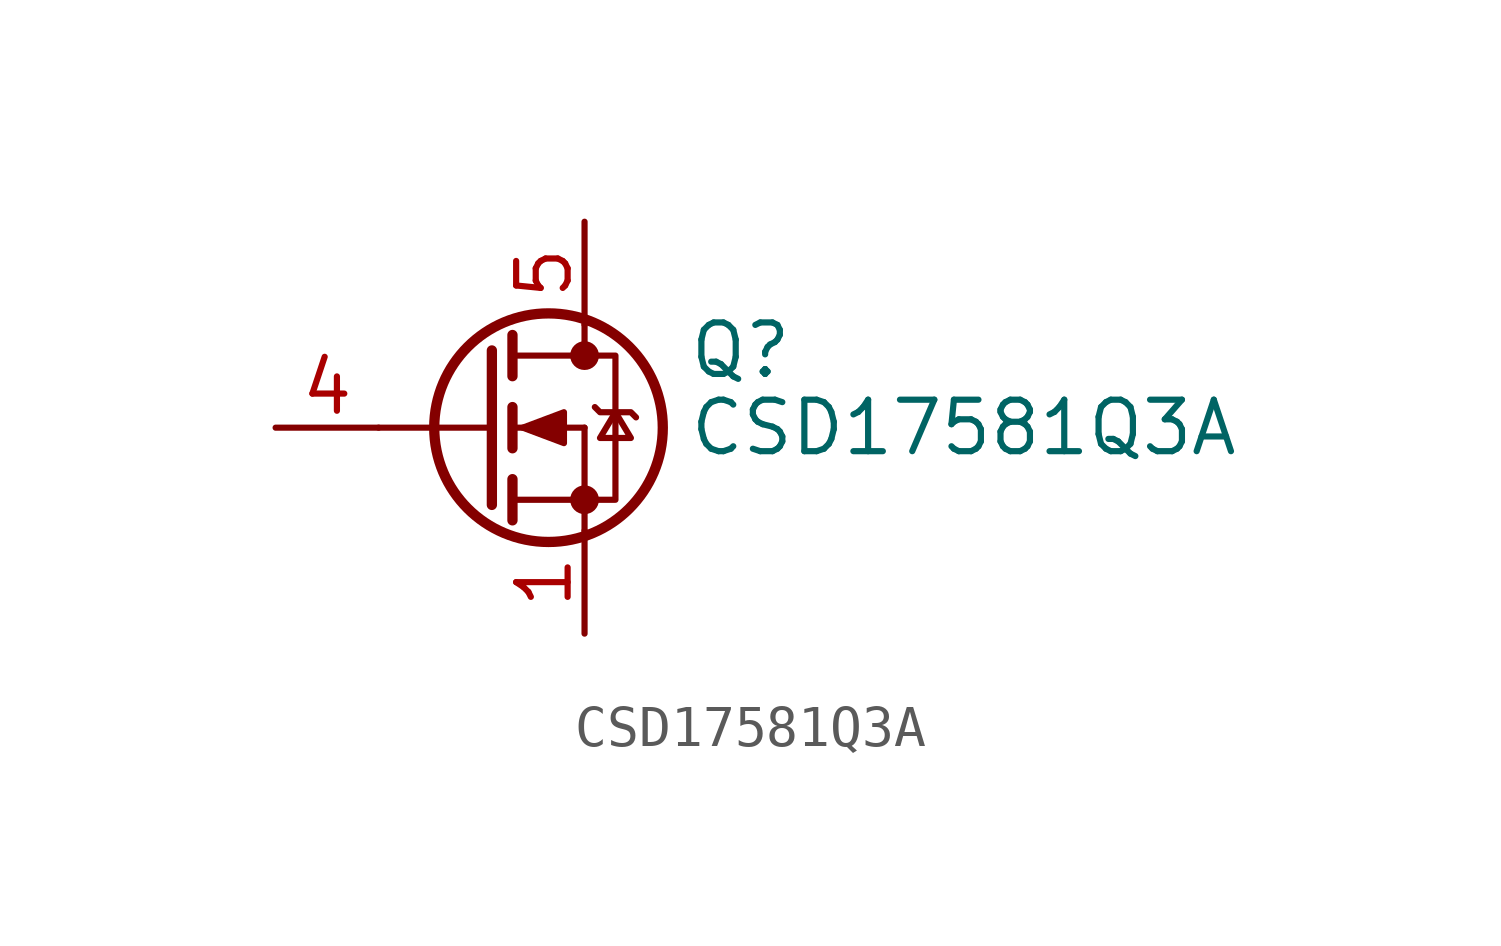
<source format=kicad_sym>
(kicad_symbol_lib
  (version 20220914)
  (generator kicad_symbol_editor)
  (symbol "CSD17581Q3A"
    (pin_names
      (offset 0) hide)
    (property "Reference" "Q"
      (at 5.08 1.905 0)
      (effects (font (size 1.27 1.27)) (justify left)))
    (property "Value" "CSD17581Q3A"
      (at 5.08 0 0)
      (effects (font (size 1.27 1.27)) (justify left)))
    (symbol "CSD17581Q3A_0_1"
      (polyline (pts (xy -2.54 0) (xy 0.254 0)) (stroke (width 0) (type default)) (fill (type none)))
      (polyline (pts (xy 0.762 -1.778) (xy 2.54 -1.778)) (stroke (width 0) (type default)) (fill (type none)))
      (polyline (pts (xy 0.762 -1.27) (xy 0.762 -2.286)) (stroke (width 0.254) (type default)) (fill (type none)))
      (polyline (pts (xy 0.762 0) (xy 2.54 0)) (stroke (width 0) (type default)) (fill (type none)))
      (polyline (pts (xy 0.762 0.508) (xy 0.762 -0.508)) (stroke (width 0.254) (type default)) (fill (type none)))
      (polyline (pts (xy 0.762 1.778) (xy 2.54 1.778)) (stroke (width 0) (type default)) (fill (type none)))
      (polyline (pts (xy 0.762 2.286) (xy 0.762 1.27)) (stroke (width 0.254) (type default)) (fill (type none)))
      (polyline (pts (xy 2.54 -1.778) (xy 2.54 -2.54)) (stroke (width 0) (type default)) (fill (type none)))
      (polyline (pts (xy 2.54 -1.778) (xy 2.54 0)) (stroke (width 0) (type default)) (fill (type none)))
      (polyline (pts (xy 2.54 2.54) (xy 2.54 1.778)) (stroke (width 0) (type default)) (fill (type none)))
      (polyline (pts (xy 0.254 1.905) (xy 0.254 -1.905) (xy 0.254 -1.905)) (stroke (width 0.254) (type default)) (fill (type none)))
      (polyline (pts (xy 1.016 0) (xy 2.032 0.381) (xy 2.032 -0.381) (xy 1.016 0)) (stroke (width 0) (type default)) (fill (type outline)))
      (polyline (pts (xy 2.54 -1.778) (xy 3.302 -1.778) (xy 3.302 1.778) (xy 2.54 1.778)) (stroke (width 0) (type default)) (fill (type none)))
      (polyline (pts (xy 2.794 0.508) (xy 2.921 0.381) (xy 3.683 0.381) (xy 3.81 0.254)) (stroke (width 0) (type default)) (fill (type none)))
      (polyline (pts (xy 3.302 0.381) (xy 2.921 -0.254) (xy 3.683 -0.254) (xy 3.302 0.381)) (stroke (width 0) (type default)) (fill (type none)))
      (circle (center 1.651 0) (radius 2.819) (stroke (width 0.254) (type default)) (fill (type none)))
      (circle (center 2.54 -1.778) (radius 0.279) (stroke (width 0) (type default)) (fill (type outline)))
      (circle (center 2.54 1.778) (radius 0.279) (stroke (width 0) (type default)) (fill (type outline))))
    (symbol "CSD17581Q3A_1_1"
      (pin passive line (at 2.54 -5.08 90) (length 2.54) (name "S" (effects (font (size 1.27 1.27)))) (number "1" (effects (font (size 1.27 1.27)))))
      (pin passive line (at 2.54 -5.08 90) (length 2.54) hide (name "S" (effects (font (size 1.27 1.27)))) (number "2" (effects (font (size 1.27 1.27)))))
      (pin passive line (at 2.54 -5.08 90) (length 2.54) hide (name "S" (effects (font (size 1.27 1.27)))) (number "3" (effects (font (size 1.27 1.27)))))
      (pin passive line (at -5.08 0 0) (length 2.54) (name "G" (effects (font (size 1.27 1.27)))) (number "4" (effects (font (size 1.27 1.27)))))
      (pin passive line (at 2.54 5.08 270) (length 2.54) (name "D" (effects (font (size 1.27 1.27)))) (number "5" (effects (font (size 1.27 1.27))))))))
</source>
